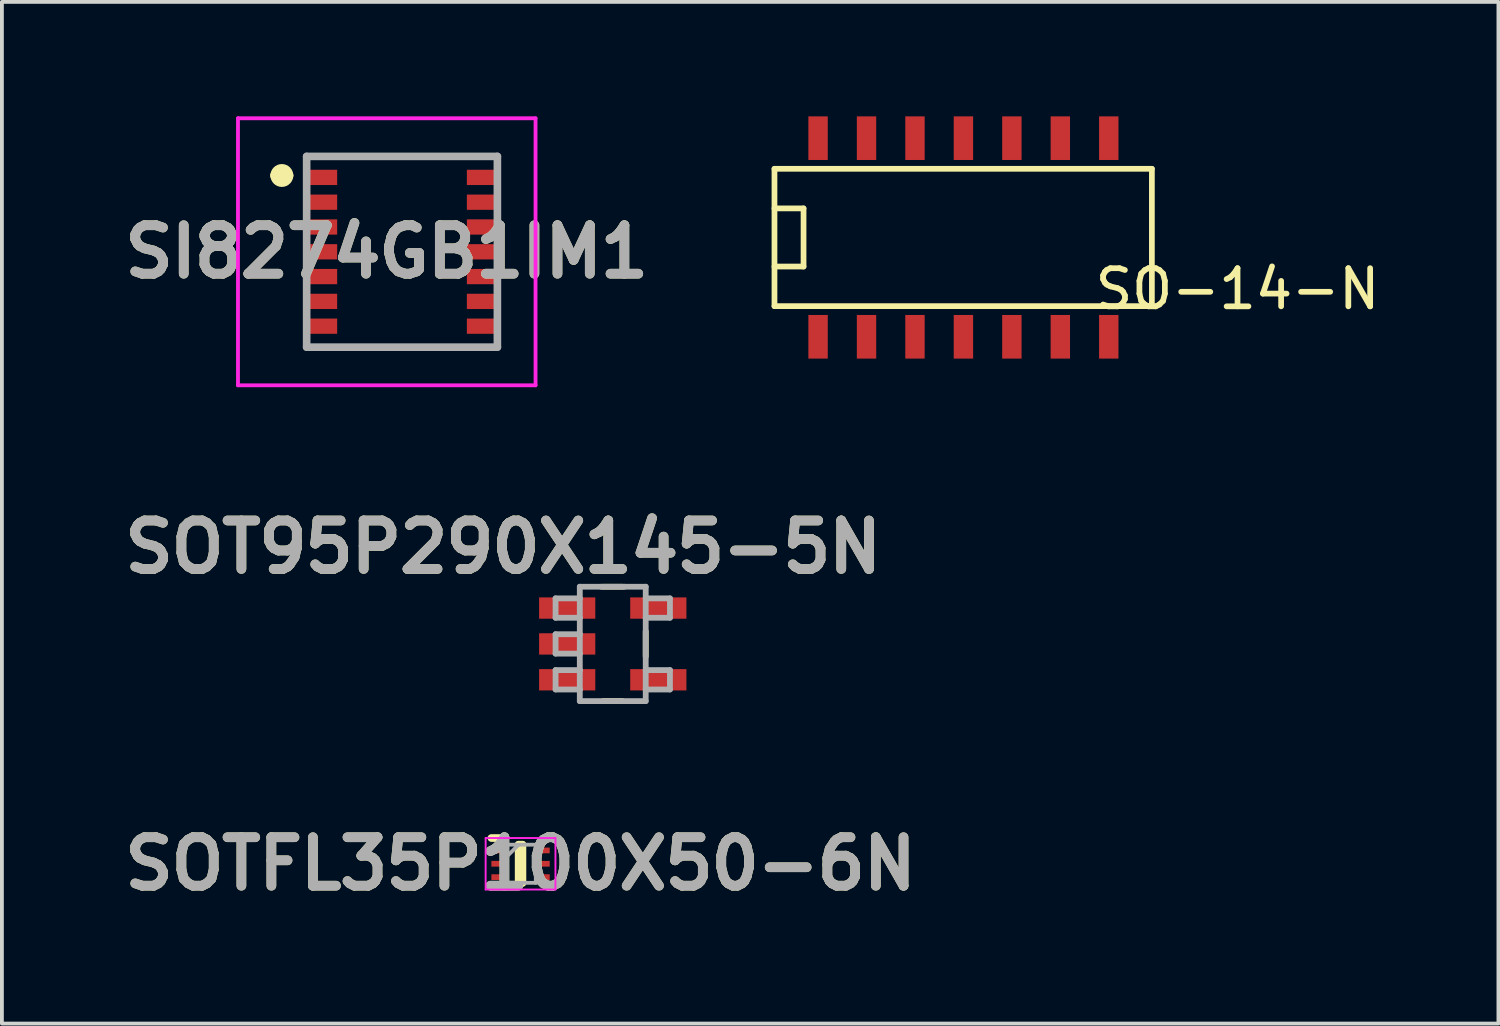
<source format=kicad_pcb>
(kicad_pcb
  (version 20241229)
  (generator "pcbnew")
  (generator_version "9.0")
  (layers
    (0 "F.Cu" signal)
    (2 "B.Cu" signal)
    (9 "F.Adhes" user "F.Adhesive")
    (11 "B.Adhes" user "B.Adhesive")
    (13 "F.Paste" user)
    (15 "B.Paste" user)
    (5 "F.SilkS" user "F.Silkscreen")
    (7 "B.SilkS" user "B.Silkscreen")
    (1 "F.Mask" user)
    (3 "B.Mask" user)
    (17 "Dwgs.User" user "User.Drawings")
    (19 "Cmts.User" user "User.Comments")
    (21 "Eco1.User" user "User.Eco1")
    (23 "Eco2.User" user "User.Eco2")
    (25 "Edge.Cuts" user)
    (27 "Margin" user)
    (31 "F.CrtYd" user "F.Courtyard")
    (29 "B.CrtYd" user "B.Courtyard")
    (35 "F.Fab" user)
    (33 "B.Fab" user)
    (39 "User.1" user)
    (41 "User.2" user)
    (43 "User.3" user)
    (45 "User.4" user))
  (footprint "SI8274GB1IM1"
    (layer "F.Cu")
    (at 7.488 3.55)
    (property "Reference" "SI8274GB1IM1" (at -0.4 0 0) (layer "F.SilkS") (effects (font (size 1.27 1.27) (thickness 0.254))))
    (attr smd)
    (fp_line (start -3.3 -2) (end -3.3 -2) (stroke (width 0.3) (type solid)) (layer "F.SilkS"))
    (fp_line (start -3 -2) (end -3 -2) (stroke (width 0.3) (type solid)) (layer "F.SilkS"))
    (fp_line (start -2.5 -2.5) (end 2.5 -2.5) (stroke (width 0.1) (type solid)) (layer "F.SilkS"))
    (fp_line (start -2.5 2.5) (end 2.5 2.5) (stroke (width 0.1) (type solid)) (layer "F.SilkS"))
    (fp_arc (start -3.3 -2) (mid -3.15 -2.15) (end -3 -2) (stroke (width 0.3) (type solid)) (layer "F.SilkS"))
    (fp_arc (start -3 -2) (mid -3.15 -1.85) (end -3.3 -2) (stroke (width 0.3) (type solid)) (layer "F.SilkS"))
    (fp_line (start -4.3 -3.5) (end 3.5 -3.5) (stroke (width 0.1) (type solid)) (layer "F.CrtYd"))
    (fp_line (start -4.3 3.5) (end -4.3 -3.5) (stroke (width 0.1) (type solid)) (layer "F.CrtYd"))
    (fp_line (start 3.5 -3.5) (end 3.5 3.5) (stroke (width 0.1) (type solid)) (layer "F.CrtYd"))
    (fp_line (start 3.5 3.5) (end -4.3 3.5) (stroke (width 0.1) (type solid)) (layer "F.CrtYd"))
    (fp_line (start -2.5 -2.5) (end 2.5 -2.5) (stroke (width 0.2) (type solid)) (layer "F.Fab"))
    (fp_line (start -2.5 2.5) (end -2.5 -2.5) (stroke (width 0.2) (type solid)) (layer "F.Fab"))
    (fp_line (start 2.5 -2.5) (end 2.5 2.5) (stroke (width 0.2) (type solid)) (layer "F.Fab"))
    (fp_line (start 2.5 2.5) (end -2.5 2.5) (stroke (width 0.2) (type solid)) (layer "F.Fab"))
    (fp_text user "${REFERENCE}" (at -0.4 0 0) (layer "F.Fab") (effects (font (size 1.27 1.27) (thickness 0.254))))
    (pad "1" smd rect (at -2.1 -1.95 90) (size 0.4 0.8) (layers "F.Cu" "F.Mask" "F.Paste"))
    (pad "2" smd rect (at -2.1 -1.3 90) (size 0.4 0.8) (layers "F.Cu" "F.Mask" "F.Paste"))
    (pad "3" smd rect (at -2.1 -0.65 90) (size 0.4 0.8) (layers "F.Cu" "F.Mask" "F.Paste"))
    (pad "4" smd rect (at -2.1 0 90) (size 0.4 0.8) (layers "F.Cu" "F.Mask" "F.Paste"))
    (pad "5" smd rect (at -2.1 0.65 90) (size 0.4 0.8) (layers "F.Cu" "F.Mask" "F.Paste"))
    (pad "6" smd rect (at -2.1 1.3 90) (size 0.4 0.8) (layers "F.Cu" "F.Mask" "F.Paste"))
    (pad "7" smd rect (at -2.1 1.95 90) (size 0.4 0.8) (layers "F.Cu" "F.Mask" "F.Paste"))
    (pad "8" smd rect (at 2.1 1.95 90) (size 0.4 0.8) (layers "F.Cu" "F.Mask" "F.Paste"))
    (pad "9" smd rect (at 2.1 1.3 90) (size 0.4 0.8) (layers "F.Cu" "F.Mask" "F.Paste"))
    (pad "10" smd rect (at 2.1 0.65 90) (size 0.4 0.8) (layers "F.Cu" "F.Mask" "F.Paste"))
    (pad "11" smd rect (at 2.1 0 90) (size 0.4 0.8) (layers "F.Cu" "F.Mask" "F.Paste"))
    (pad "12" smd rect (at 2.1 -0.65 90) (size 0.4 0.8) (layers "F.Cu" "F.Mask" "F.Paste"))
    (pad "13" smd rect (at 2.1 -1.3 90) (size 0.4 0.8) (layers "F.Cu" "F.Mask" "F.Paste"))
    (pad "14" smd rect (at 2.1 -1.95 90) (size 0.4 0.8) (layers "F.Cu" "F.Mask" "F.Paste")))
  (footprint "SO-14-N"
    (layer "F.Cu")
    (at 22.839 3.175)
    (property "Reference" "SO-14-N" (at 6.55 1.35 0) (layer "F.SilkS") (effects (font (size 1 1) (thickness 0.15))))
    (attr smd)
    (fp_line (start -5.588 -1.8) (end 4.305 -1.8) (stroke (width 0.15) (type solid)) (layer "F.SilkS"))
    (fp_line (start -5.588 -0.762) (end -4.826 -0.762) (stroke (width 0.15) (type solid)) (layer "F.SilkS"))
    (fp_line (start -5.588 1.8) (end -5.588 -1.8) (stroke (width 0.15) (type solid)) (layer "F.SilkS"))
    (fp_line (start -4.826 -0.762) (end -4.826 0.762) (stroke (width 0.15) (type solid)) (layer "F.SilkS"))
    (fp_line (start -4.826 0.762) (end -5.588 0.762) (stroke (width 0.15) (type solid)) (layer "F.SilkS"))
    (fp_line (start 4.305 1.8) (end -5.588 1.8) (stroke (width 0.15) (type solid)) (layer "F.SilkS"))
    (fp_line (start 4.305 1.8) (end 4.305 -1.8) (stroke (width 0.15) (type solid)) (layer "F.SilkS"))
    (pad "1" smd rect (at -4.445 2.603) (size 0.508 1.143) (layers "F.Cu" "F.Mask" "F.Paste"))
    (pad "2" smd rect (at -3.175 2.603) (size 0.508 1.143) (layers "F.Cu" "F.Mask" "F.Paste"))
    (pad "3" smd rect (at -1.905 2.603) (size 0.508 1.143) (layers "F.Cu" "F.Mask" "F.Paste"))
    (pad "4" smd rect (at -0.635 2.603) (size 0.508 1.143) (layers "F.Cu" "F.Mask" "F.Paste"))
    (pad "5" smd rect (at 0.635 2.603) (size 0.508 1.143) (layers "F.Cu" "F.Mask" "F.Paste"))
    (pad "6" smd rect (at 1.905 2.603) (size 0.508 1.143) (layers "F.Cu" "F.Mask" "F.Paste"))
    (pad "7" smd rect (at 3.175 2.603) (size 0.508 1.143) (layers "F.Cu" "F.Mask" "F.Paste"))
    (pad "8" smd rect (at 3.175 -2.603) (size 0.508 1.143) (layers "F.Cu" "F.Mask" "F.Paste"))
    (pad "9" smd rect (at 1.905 -2.603) (size 0.508 1.143) (layers "F.Cu" "F.Mask" "F.Paste"))
    (pad "10" smd rect (at 0.635 -2.603) (size 0.508 1.143) (layers "F.Cu" "F.Mask" "F.Paste"))
    (pad "11" smd rect (at -0.635 -2.603) (size 0.508 1.143) (layers "F.Cu" "F.Mask" "F.Paste"))
    (pad "12" smd rect (at -1.905 -2.603) (size 0.508 1.143) (layers "F.Cu" "F.Mask" "F.Paste"))
    (pad "13" smd rect (at -3.175 -2.603) (size 0.508 1.143) (layers "F.Cu" "F.Mask" "F.Paste"))
    (pad "14" smd rect (at -4.445 -2.603) (size 0.508 1.143) (layers "F.Cu" "F.Mask" "F.Paste")))
  (footprint "SOTFL35P100X50-6N"
    (layer "F.Cu")
    (at 10.595 19.592)
    (property "Reference" "SOTFL35P100X50-6N" (at 0 0 0) (layer "F.SilkS") (effects (font (size 1.27 1.27) (thickness 0.254))))
    (attr smd)
    (fp_line (start -0.765 -0.675) (end -0.4 -0.675) (stroke (width 0.2) (type solid)) (layer "F.SilkS"))
    (fp_line (start -0.05 -0.5) (end 0.05 -0.5) (stroke (width 0.2) (type solid)) (layer "F.SilkS"))
    (fp_line (start -0.05 0.5) (end -0.05 -0.5) (stroke (width 0.2) (type solid)) (layer "F.SilkS"))
    (fp_line (start 0.05 -0.5) (end 0.05 0.5) (stroke (width 0.2) (type solid)) (layer "F.SilkS"))
    (fp_line (start 0.05 0.5) (end -0.05 0.5) (stroke (width 0.2) (type solid)) (layer "F.SilkS"))
    (fp_line (start -0.915 -0.675) (end 0.915 -0.675) (stroke (width 0.05) (type solid)) (layer "F.CrtYd"))
    (fp_line (start -0.915 0.675) (end -0.915 -0.675) (stroke (width 0.05) (type solid)) (layer "F.CrtYd"))
    (fp_line (start 0.915 -0.675) (end 0.915 0.675) (stroke (width 0.05) (type solid)) (layer "F.CrtYd"))
    (fp_line (start 0.915 0.675) (end -0.915 0.675) (stroke (width 0.05) (type solid)) (layer "F.CrtYd"))
    (fp_line (start -0.4 -0.5) (end 0.4 -0.5) (stroke (width 0.1) (type solid)) (layer "F.Fab"))
    (fp_line (start -0.4 -0.15) (end -0.05 -0.5) (stroke (width 0.1) (type solid)) (layer "F.Fab"))
    (fp_line (start -0.4 0.5) (end -0.4 -0.5) (stroke (width 0.1) (type solid)) (layer "F.Fab"))
    (fp_line (start 0.4 -0.5) (end 0.4 0.5) (stroke (width 0.1) (type solid)) (layer "F.Fab"))
    (fp_line (start 0.4 0.5) (end -0.4 0.5) (stroke (width 0.1) (type solid)) (layer "F.Fab"))
    (fp_text user "${REFERENCE}" (at 0 0 0) (layer "F.Fab") (effects (font (size 1.27 1.27) (thickness 0.254))))
    (pad "1" smd rect (at -0.582 -0.35 90) (size 0.15 0.365) (layers "F.Cu" "F.Mask" "F.Paste"))
    (pad "2" smd rect (at -0.582 0 90) (size 0.15 0.365) (layers "F.Cu" "F.Mask" "F.Paste"))
    (pad "3" smd rect (at -0.582 0.35 90) (size 0.15 0.365) (layers "F.Cu" "F.Mask" "F.Paste"))
    (pad "4" smd rect (at 0.582 0.35 90) (size 0.15 0.365) (layers "F.Cu" "F.Mask" "F.Paste"))
    (pad "5" smd rect (at 0.582 0 90) (size 0.15 0.365) (layers "F.Cu" "F.Mask" "F.Paste"))
    (pad "6" smd rect (at 0.582 -0.35 90) (size 0.15 0.365) (layers "F.Cu" "F.Mask" "F.Paste")))
  (footprint "SOT95P290X145-5N"
    (layer "F.Cu")
    (at 13.012 13.829)
    (property "Reference" "SOT95P290X145-5N" (at -2.87 -2.54 0) (layer "F.SilkS") (effects (font (size 1.27 1.27) (thickness 0.254))))
    (attr smd)
    (fp_line (start -0.254 1.499) (end 0.254 1.499) (stroke (width 0.152) (type solid)) (layer "F.SilkS"))
    (fp_line (start 0.254 -1.499) (end -0.254 -1.499) (stroke (width 0.152) (type solid)) (layer "F.SilkS"))
    (fp_line (start 0.864 0.33) (end 0.864 -0.33) (stroke (width 0.152) (type solid)) (layer "F.SilkS"))
    (fp_line (start -1.499 -1.194) (end -1.499 -0.686) (stroke (width 0.152) (type solid)) (layer "F.Fab"))
    (fp_line (start -1.499 -0.686) (end -0.864 -0.686) (stroke (width 0.152) (type solid)) (layer "F.Fab"))
    (fp_line (start -1.499 -0.254) (end -1.499 0.254) (stroke (width 0.152) (type solid)) (layer "F.Fab"))
    (fp_line (start -1.499 0.254) (end -0.864 0.254) (stroke (width 0.152) (type solid)) (layer "F.Fab"))
    (fp_line (start -1.499 0.686) (end -1.499 1.194) (stroke (width 0.152) (type solid)) (layer "F.Fab"))
    (fp_line (start -1.499 1.194) (end -0.864 1.194) (stroke (width 0.152) (type solid)) (layer "F.Fab"))
    (fp_line (start -0.864 -1.499) (end -0.864 -1.194) (stroke (width 0.152) (type solid)) (layer "F.Fab"))
    (fp_line (start -0.864 -1.194) (end -1.499 -1.194) (stroke (width 0.152) (type solid)) (layer "F.Fab"))
    (fp_line (start -0.864 -1.194) (end -0.864 -0.686) (stroke (width 0.152) (type solid)) (layer "F.Fab"))
    (fp_line (start -0.864 -0.686) (end -0.864 -0.254) (stroke (width 0.152) (type solid)) (layer "F.Fab"))
    (fp_line (start -0.864 -0.254) (end -1.499 -0.254) (stroke (width 0.152) (type solid)) (layer "F.Fab"))
    (fp_line (start -0.864 -0.254) (end -0.864 0.254) (stroke (width 0.152) (type solid)) (layer "F.Fab"))
    (fp_line (start -0.864 0.254) (end -0.864 0.686) (stroke (width 0.152) (type solid)) (layer "F.Fab"))
    (fp_line (start -0.864 0.686) (end -1.499 0.686) (stroke (width 0.152) (type solid)) (layer "F.Fab"))
    (fp_line (start -0.864 1.194) (end -0.864 0.686) (stroke (width 0.152) (type solid)) (layer "F.Fab"))
    (fp_line (start -0.864 1.499) (end -0.864 1.194) (stroke (width 0.152) (type solid)) (layer "F.Fab"))
    (fp_line (start -0.864 1.499) (end 0.864 1.499) (stroke (width 0.152) (type solid)) (layer "F.Fab"))
    (fp_line (start -0.305 -1.499) (end -0.864 -1.499) (stroke (width 0.152) (type solid)) (layer "F.Fab"))
    (fp_line (start 0.305 -1.499) (end -0.305 -1.499) (stroke (width 0.152) (type solid)) (layer "F.Fab"))
    (fp_line (start 0.864 -1.499) (end 0.305 -1.499) (stroke (width 0.152) (type solid)) (layer "F.Fab"))
    (fp_line (start 0.864 -1.499) (end 0.864 -1.194) (stroke (width 0.152) (type solid)) (layer "F.Fab"))
    (fp_line (start 0.864 -1.194) (end 0.864 -0.686) (stroke (width 0.152) (type solid)) (layer "F.Fab"))
    (fp_line (start 0.864 -0.686) (end 1.499 -0.686) (stroke (width 0.152) (type solid)) (layer "F.Fab"))
    (fp_line (start 0.864 0.686) (end 0.864 -0.686) (stroke (width 0.152) (type solid)) (layer "F.Fab"))
    (fp_line (start 0.864 1.194) (end 0.864 0.686) (stroke (width 0.152) (type solid)) (layer "F.Fab"))
    (fp_line (start 0.864 1.194) (end 1.499 1.194) (stroke (width 0.152) (type solid)) (layer "F.Fab"))
    (fp_line (start 0.864 1.499) (end 0.864 1.194) (stroke (width 0.152) (type solid)) (layer "F.Fab"))
    (fp_line (start 1.499 -1.194) (end 0.864 -1.194) (stroke (width 0.152) (type solid)) (layer "F.Fab"))
    (fp_line (start 1.499 -0.686) (end 1.499 -1.194) (stroke (width 0.152) (type solid)) (layer "F.Fab"))
    (fp_line (start 1.499 0.686) (end 0.864 0.686) (stroke (width 0.152) (type solid)) (layer "F.Fab"))
    (fp_line (start 1.499 1.194) (end 1.499 0.686) (stroke (width 0.152) (type solid)) (layer "F.Fab"))
    (fp_text user "${REFERENCE}" (at -2.87 -2.54 0) (layer "F.Fab") (effects (font (size 1.27 1.27) (thickness 0.254))))
    (pad "1" smd rect (at -1.194 -0.94 90) (size 0.559 1.473) (layers "F.Cu" "F.Mask" "F.Paste"))
    (pad "2" smd rect (at -1.194 0 90) (size 0.559 1.473) (layers "F.Cu" "F.Mask" "F.Paste"))
    (pad "3" smd rect (at -1.194 0.94 90) (size 0.559 1.473) (layers "F.Cu" "F.Mask" "F.Paste"))
    (pad "4" smd rect (at 1.194 0.94 90) (size 0.559 1.473) (layers "F.Cu" "F.Mask" "F.Paste"))
    (pad "5" smd rect (at 1.194 -0.94 90) (size 0.559 1.473) (layers "F.Cu" "F.Mask" "F.Paste")))
  (gr_rect
    (start -3 -3)
    (end 36.228 23.781)
    (stroke (width 0.1) (type default))
    (fill no)
    (layer "Edge.Cuts")))
</source>
